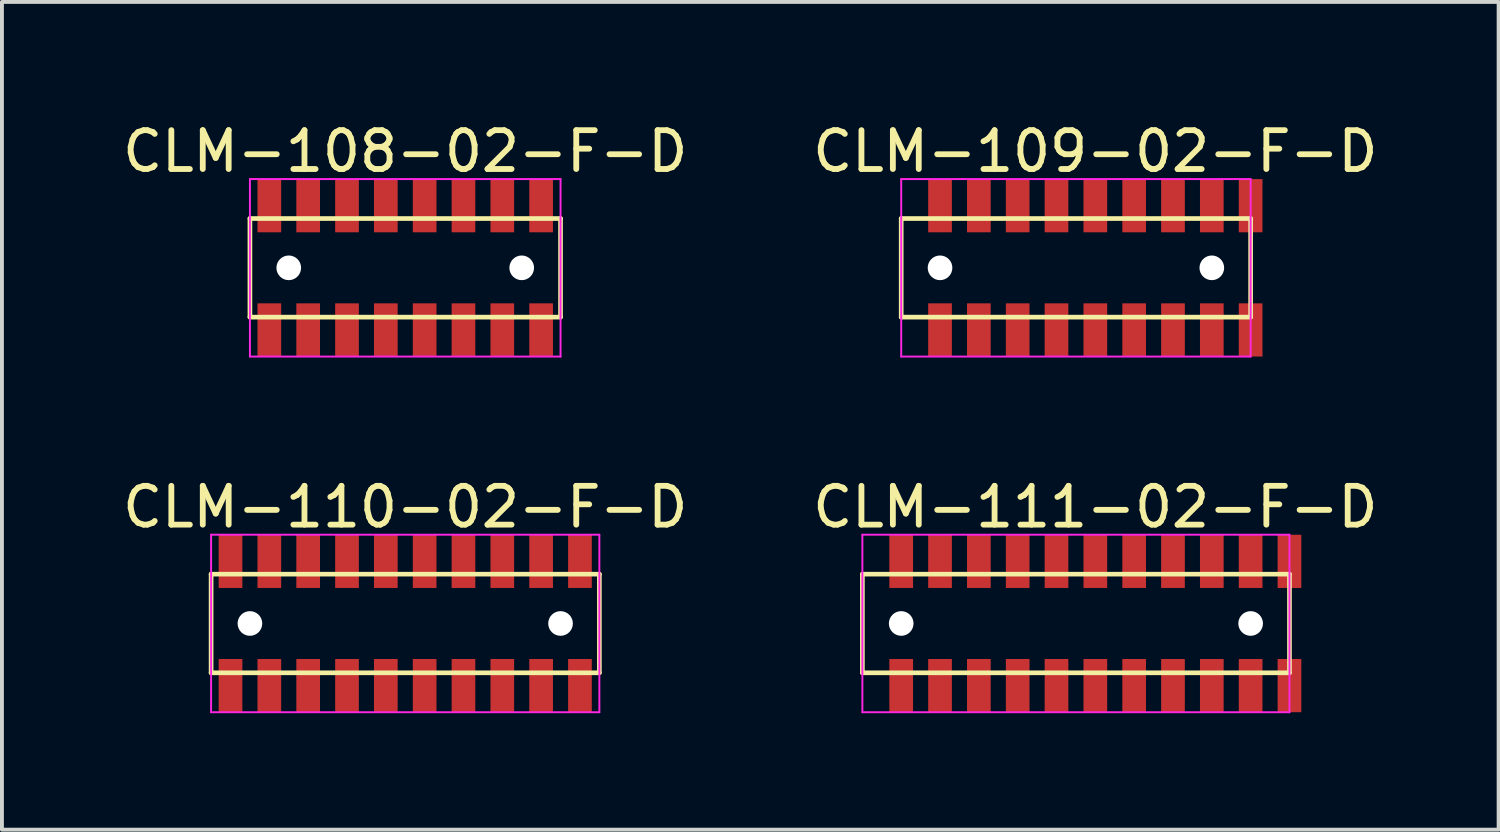
<source format=kicad_pcb>
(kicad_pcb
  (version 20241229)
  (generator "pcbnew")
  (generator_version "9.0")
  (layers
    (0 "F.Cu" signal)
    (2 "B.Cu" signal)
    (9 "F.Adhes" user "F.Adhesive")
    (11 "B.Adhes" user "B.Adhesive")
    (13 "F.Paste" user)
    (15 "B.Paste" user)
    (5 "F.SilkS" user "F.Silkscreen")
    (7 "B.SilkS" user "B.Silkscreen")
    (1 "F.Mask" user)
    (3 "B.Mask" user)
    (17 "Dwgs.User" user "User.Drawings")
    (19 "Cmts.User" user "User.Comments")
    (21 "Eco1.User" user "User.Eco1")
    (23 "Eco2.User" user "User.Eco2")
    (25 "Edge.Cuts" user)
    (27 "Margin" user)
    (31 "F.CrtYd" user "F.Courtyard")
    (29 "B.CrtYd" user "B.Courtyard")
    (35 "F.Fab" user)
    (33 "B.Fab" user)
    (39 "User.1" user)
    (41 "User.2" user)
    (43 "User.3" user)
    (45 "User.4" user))
  (footprint "CLM-111-02-F-D"
    (layer "F.Cu")
    (at 25.161 13.008)
    (property "Reference" "CLM-111-02-F-D" (at 0 -3 0) (layer "F.SilkS") (effects (font (size 1 1) (thickness 0.15))))
    (attr through_hole)
    (fp_line (start -6 -1.27) (end -6 1.27) (stroke (width 0.12) (type solid)) (layer "F.SilkS"))
    (fp_line (start -6 1.27) (end 5 1.27) (stroke (width 0.12) (type solid)) (layer "F.SilkS"))
    (fp_line (start 5 -1.27) (end -6 -1.27) (stroke (width 0.12) (type solid)) (layer "F.SilkS"))
    (fp_line (start 5 1.27) (end 5 -1.27) (stroke (width 0.12) (type solid)) (layer "F.SilkS"))
    (fp_line (start -6 -2.286) (end -6 2.286) (stroke (width 0.05) (type solid)) (layer "F.CrtYd"))
    (fp_line (start -6 2.286) (end 5 2.286) (stroke (width 0.05) (type solid)) (layer "F.CrtYd"))
    (fp_line (start 5 -2.286) (end -6 -2.286) (stroke (width 0.05) (type solid)) (layer "F.CrtYd"))
    (fp_line (start 5 2.286) (end 5 -2.286) (stroke (width 0.05) (type solid)) (layer "F.CrtYd"))
    (pad "" np_thru_hole circle (at -5 0) (size 0.635 0.635) (drill 0.635) (layers "*.Cu" "*.Mask"))
    (pad "" np_thru_hole circle (at 4 0) (size 0.635 0.635) (drill 0.635) (layers "*.Cu" "*.Mask"))
    (pad "1" smd rect (at -5 -1.6) (size 0.61 1.37) (layers "F.Cu" "F.Mask" "F.Paste"))
    (pad "2" smd rect (at -5 1.6) (size 0.61 1.37) (layers "F.Cu" "F.Mask" "F.Paste"))
    (pad "3" smd rect (at -4 -1.6) (size 0.61 1.37) (layers "F.Cu" "F.Mask" "F.Paste"))
    (pad "4" smd rect (at -4 1.6) (size 0.61 1.37) (layers "F.Cu" "F.Mask" "F.Paste"))
    (pad "5" smd rect (at -3 -1.6) (size 0.61 1.37) (layers "F.Cu" "F.Mask" "F.Paste"))
    (pad "6" smd rect (at -3 1.6) (size 0.61 1.37) (layers "F.Cu" "F.Mask" "F.Paste"))
    (pad "7" smd rect (at -2 -1.6) (size 0.61 1.37) (layers "F.Cu" "F.Mask" "F.Paste"))
    (pad "8" smd rect (at -2 1.6) (size 0.61 1.37) (layers "F.Cu" "F.Mask" "F.Paste"))
    (pad "9" smd rect (at -1 -1.6) (size 0.61 1.37) (layers "F.Cu" "F.Mask" "F.Paste"))
    (pad "10" smd rect (at -1 1.6) (size 0.61 1.37) (layers "F.Cu" "F.Mask" "F.Paste"))
    (pad "11" smd rect (at 0 -1.6) (size 0.61 1.37) (layers "F.Cu" "F.Mask" "F.Paste"))
    (pad "12" smd rect (at 0 1.6) (size 0.61 1.37) (layers "F.Cu" "F.Mask" "F.Paste"))
    (pad "13" smd rect (at 1 -1.6) (size 0.61 1.37) (layers "F.Cu" "F.Mask" "F.Paste"))
    (pad "14" smd rect (at 1 1.6) (size 0.61 1.37) (layers "F.Cu" "F.Mask" "F.Paste"))
    (pad "15" smd rect (at 2 -1.6) (size 0.61 1.37) (layers "F.Cu" "F.Mask" "F.Paste"))
    (pad "16" smd rect (at 2 1.6) (size 0.61 1.37) (layers "F.Cu" "F.Mask" "F.Paste"))
    (pad "17" smd rect (at 3 -1.6) (size 0.61 1.37) (layers "F.Cu" "F.Mask" "F.Paste"))
    (pad "18" smd rect (at 3 1.6) (size 0.61 1.37) (layers "F.Cu" "F.Mask" "F.Paste"))
    (pad "19" smd rect (at 4 -1.6) (size 0.61 1.37) (layers "F.Cu" "F.Mask" "F.Paste"))
    (pad "20" smd rect (at 4 1.6) (size 0.61 1.37) (layers "F.Cu" "F.Mask" "F.Paste"))
    (pad "21" smd rect (at 5 -1.6) (size 0.61 1.37) (layers "F.Cu" "F.Mask" "F.Paste"))
    (pad "22" smd rect (at 5 1.6) (size 0.61 1.37) (layers "F.Cu" "F.Mask" "F.Paste")))
  (footprint "CLM-108-02-F-D"
    (layer "F.Cu")
    (at 7.387 3.848)
    (property "Reference" "CLM-108-02-F-D" (at 0 -3 0) (layer "F.SilkS") (effects (font (size 1 1) (thickness 0.15))))
    (attr through_hole)
    (fp_line (start -4 -1.27) (end -4 1.27) (stroke (width 0.12) (type solid)) (layer "F.SilkS"))
    (fp_line (start -4 1.27) (end 4 1.27) (stroke (width 0.12) (type solid)) (layer "F.SilkS"))
    (fp_line (start 4 -1.27) (end -4 -1.27) (stroke (width 0.12) (type solid)) (layer "F.SilkS"))
    (fp_line (start 4 1.27) (end 4 -1.27) (stroke (width 0.12) (type solid)) (layer "F.SilkS"))
    (fp_line (start -4 -2.286) (end -4 2.286) (stroke (width 0.05) (type solid)) (layer "F.CrtYd"))
    (fp_line (start -4 2.286) (end 4 2.286) (stroke (width 0.05) (type solid)) (layer "F.CrtYd"))
    (fp_line (start 4 -2.286) (end -4 -2.286) (stroke (width 0.05) (type solid)) (layer "F.CrtYd"))
    (fp_line (start 4 2.286) (end 4 -2.286) (stroke (width 0.05) (type solid)) (layer "F.CrtYd"))
    (pad "" np_thru_hole circle (at -3 0) (size 0.635 0.635) (drill 0.635) (layers "*.Cu" "*.Mask"))
    (pad "" np_thru_hole circle (at 3 0) (size 0.635 0.635) (drill 0.635) (layers "*.Cu" "*.Mask"))
    (pad "1" smd rect (at -3.5 -1.6) (size 0.61 1.37) (layers "F.Cu" "F.Mask" "F.Paste"))
    (pad "2" smd rect (at -3.5 1.6) (size 0.61 1.37) (layers "F.Cu" "F.Mask" "F.Paste"))
    (pad "3" smd rect (at -2.5 -1.6) (size 0.61 1.37) (layers "F.Cu" "F.Mask" "F.Paste"))
    (pad "4" smd rect (at -2.5 1.6) (size 0.61 1.37) (layers "F.Cu" "F.Mask" "F.Paste"))
    (pad "5" smd rect (at -1.5 -1.6) (size 0.61 1.37) (layers "F.Cu" "F.Mask" "F.Paste"))
    (pad "6" smd rect (at -1.5 1.6) (size 0.61 1.37) (layers "F.Cu" "F.Mask" "F.Paste"))
    (pad "7" smd rect (at -0.5 -1.6) (size 0.61 1.37) (layers "F.Cu" "F.Mask" "F.Paste"))
    (pad "8" smd rect (at -0.5 1.6) (size 0.61 1.37) (layers "F.Cu" "F.Mask" "F.Paste"))
    (pad "9" smd rect (at 0.5 -1.6) (size 0.61 1.37) (layers "F.Cu" "F.Mask" "F.Paste"))
    (pad "10" smd rect (at 0.5 1.6) (size 0.61 1.37) (layers "F.Cu" "F.Mask" "F.Paste"))
    (pad "11" smd rect (at 1.5 -1.6) (size 0.61 1.37) (layers "F.Cu" "F.Mask" "F.Paste"))
    (pad "12" smd rect (at 1.5 1.6) (size 0.61 1.37) (layers "F.Cu" "F.Mask" "F.Paste"))
    (pad "13" smd rect (at 2.5 -1.6) (size 0.61 1.37) (layers "F.Cu" "F.Mask" "F.Paste"))
    (pad "14" smd rect (at 2.5 1.6) (size 0.61 1.37) (layers "F.Cu" "F.Mask" "F.Paste"))
    (pad "15" smd rect (at 3.5 -1.6) (size 0.61 1.37) (layers "F.Cu" "F.Mask" "F.Paste"))
    (pad "16" smd rect (at 3.5 1.6) (size 0.61 1.37) (layers "F.Cu" "F.Mask" "F.Paste")))
  (footprint "CLM-109-02-F-D"
    (layer "F.Cu")
    (at 25.161 3.848)
    (property "Reference" "CLM-109-02-F-D" (at 0 -3 0) (layer "F.SilkS") (effects (font (size 1 1) (thickness 0.15))))
    (attr through_hole)
    (fp_line (start -5 -1.27) (end -5 1.27) (stroke (width 0.12) (type solid)) (layer "F.SilkS"))
    (fp_line (start -5 1.27) (end 4 1.27) (stroke (width 0.12) (type solid)) (layer "F.SilkS"))
    (fp_line (start 4 -1.27) (end -5 -1.27) (stroke (width 0.12) (type solid)) (layer "F.SilkS"))
    (fp_line (start 4 1.27) (end 4 -1.27) (stroke (width 0.12) (type solid)) (layer "F.SilkS"))
    (fp_line (start -5 -2.286) (end -5 2.286) (stroke (width 0.05) (type solid)) (layer "F.CrtYd"))
    (fp_line (start -5 2.286) (end 4 2.286) (stroke (width 0.05) (type solid)) (layer "F.CrtYd"))
    (fp_line (start 4 -2.286) (end -5 -2.286) (stroke (width 0.05) (type solid)) (layer "F.CrtYd"))
    (fp_line (start 4 2.286) (end 4 -2.286) (stroke (width 0.05) (type solid)) (layer "F.CrtYd"))
    (pad "" np_thru_hole circle (at -4 0) (size 0.635 0.635) (drill 0.635) (layers "*.Cu" "*.Mask"))
    (pad "" np_thru_hole circle (at 3 0) (size 0.635 0.635) (drill 0.635) (layers "*.Cu" "*.Mask"))
    (pad "1" smd rect (at -4 -1.6) (size 0.61 1.37) (layers "F.Cu" "F.Mask" "F.Paste"))
    (pad "2" smd rect (at -4 1.6) (size 0.61 1.37) (layers "F.Cu" "F.Mask" "F.Paste"))
    (pad "3" smd rect (at -3 -1.6) (size 0.61 1.37) (layers "F.Cu" "F.Mask" "F.Paste"))
    (pad "4" smd rect (at -3 1.6) (size 0.61 1.37) (layers "F.Cu" "F.Mask" "F.Paste"))
    (pad "5" smd rect (at -2 -1.6) (size 0.61 1.37) (layers "F.Cu" "F.Mask" "F.Paste"))
    (pad "6" smd rect (at -2 1.6) (size 0.61 1.37) (layers "F.Cu" "F.Mask" "F.Paste"))
    (pad "7" smd rect (at -1 -1.6) (size 0.61 1.37) (layers "F.Cu" "F.Mask" "F.Paste"))
    (pad "8" smd rect (at -1 1.6) (size 0.61 1.37) (layers "F.Cu" "F.Mask" "F.Paste"))
    (pad "9" smd rect (at 0 -1.6) (size 0.61 1.37) (layers "F.Cu" "F.Mask" "F.Paste"))
    (pad "10" smd rect (at 0 1.6) (size 0.61 1.37) (layers "F.Cu" "F.Mask" "F.Paste"))
    (pad "11" smd rect (at 1 -1.6) (size 0.61 1.37) (layers "F.Cu" "F.Mask" "F.Paste"))
    (pad "12" smd rect (at 1 1.6) (size 0.61 1.37) (layers "F.Cu" "F.Mask" "F.Paste"))
    (pad "13" smd rect (at 2 -1.6) (size 0.61 1.37) (layers "F.Cu" "F.Mask" "F.Paste"))
    (pad "14" smd rect (at 2 1.6) (size 0.61 1.37) (layers "F.Cu" "F.Mask" "F.Paste"))
    (pad "15" smd rect (at 3 -1.6) (size 0.61 1.37) (layers "F.Cu" "F.Mask" "F.Paste"))
    (pad "16" smd rect (at 3 1.6) (size 0.61 1.37) (layers "F.Cu" "F.Mask" "F.Paste"))
    (pad "17" smd rect (at 4 -1.6) (size 0.61 1.37) (layers "F.Cu" "F.Mask" "F.Paste"))
    (pad "18" smd rect (at 4 1.6) (size 0.61 1.37) (layers "F.Cu" "F.Mask" "F.Paste")))
  (footprint "CLM-110-02-F-D"
    (layer "F.Cu")
    (at 7.387 13.008)
    (property "Reference" "CLM-110-02-F-D" (at 0 -3 0) (layer "F.SilkS") (effects (font (size 1 1) (thickness 0.15))))
    (attr through_hole)
    (fp_line (start -5 -1.27) (end -5 1.27) (stroke (width 0.12) (type solid)) (layer "F.SilkS"))
    (fp_line (start -5 1.27) (end 5 1.27) (stroke (width 0.12) (type solid)) (layer "F.SilkS"))
    (fp_line (start 5 -1.27) (end -5 -1.27) (stroke (width 0.12) (type solid)) (layer "F.SilkS"))
    (fp_line (start 5 1.27) (end 5 -1.27) (stroke (width 0.12) (type solid)) (layer "F.SilkS"))
    (fp_line (start -5 -2.286) (end -5 2.286) (stroke (width 0.05) (type solid)) (layer "F.CrtYd"))
    (fp_line (start -5 2.286) (end 5 2.286) (stroke (width 0.05) (type solid)) (layer "F.CrtYd"))
    (fp_line (start 5 -2.286) (end -5 -2.286) (stroke (width 0.05) (type solid)) (layer "F.CrtYd"))
    (fp_line (start 5 2.286) (end 5 -2.286) (stroke (width 0.05) (type solid)) (layer "F.CrtYd"))
    (pad "" np_thru_hole circle (at -4 0) (size 0.635 0.635) (drill 0.635) (layers "*.Cu" "*.Mask"))
    (pad "" np_thru_hole circle (at 4 0) (size 0.635 0.635) (drill 0.635) (layers "*.Cu" "*.Mask"))
    (pad "1" smd rect (at -4.5 -1.6) (size 0.61 1.37) (layers "F.Cu" "F.Mask" "F.Paste"))
    (pad "2" smd rect (at -4.5 1.6) (size 0.61 1.37) (layers "F.Cu" "F.Mask" "F.Paste"))
    (pad "3" smd rect (at -3.5 -1.6) (size 0.61 1.37) (layers "F.Cu" "F.Mask" "F.Paste"))
    (pad "4" smd rect (at -3.5 1.6) (size 0.61 1.37) (layers "F.Cu" "F.Mask" "F.Paste"))
    (pad "5" smd rect (at -2.5 -1.6) (size 0.61 1.37) (layers "F.Cu" "F.Mask" "F.Paste"))
    (pad "6" smd rect (at -2.5 1.6) (size 0.61 1.37) (layers "F.Cu" "F.Mask" "F.Paste"))
    (pad "7" smd rect (at -1.5 -1.6) (size 0.61 1.37) (layers "F.Cu" "F.Mask" "F.Paste"))
    (pad "8" smd rect (at -1.5 1.6) (size 0.61 1.37) (layers "F.Cu" "F.Mask" "F.Paste"))
    (pad "9" smd rect (at -0.5 -1.6) (size 0.61 1.37) (layers "F.Cu" "F.Mask" "F.Paste"))
    (pad "10" smd rect (at -0.5 1.6) (size 0.61 1.37) (layers "F.Cu" "F.Mask" "F.Paste"))
    (pad "11" smd rect (at 0.5 -1.6) (size 0.61 1.37) (layers "F.Cu" "F.Mask" "F.Paste"))
    (pad "12" smd rect (at 0.5 1.6) (size 0.61 1.37) (layers "F.Cu" "F.Mask" "F.Paste"))
    (pad "13" smd rect (at 1.5 -1.6) (size 0.61 1.37) (layers "F.Cu" "F.Mask" "F.Paste"))
    (pad "14" smd rect (at 1.5 1.6) (size 0.61 1.37) (layers "F.Cu" "F.Mask" "F.Paste"))
    (pad "15" smd rect (at 2.5 -1.6) (size 0.61 1.37) (layers "F.Cu" "F.Mask" "F.Paste"))
    (pad "16" smd rect (at 2.5 1.6) (size 0.61 1.37) (layers "F.Cu" "F.Mask" "F.Paste"))
    (pad "17" smd rect (at 3.5 -1.6) (size 0.61 1.37) (layers "F.Cu" "F.Mask" "F.Paste"))
    (pad "18" smd rect (at 3.5 1.6) (size 0.61 1.37) (layers "F.Cu" "F.Mask" "F.Paste"))
    (pad "19" smd rect (at 4.5 -1.6) (size 0.61 1.37) (layers "F.Cu" "F.Mask" "F.Paste"))
    (pad "20" smd rect (at 4.5 1.6) (size 0.61 1.37) (layers "F.Cu" "F.Mask" "F.Paste")))
  (gr_rect
    (start -3 -3)
    (end 35.548 18.319)
    (stroke (width 0.1) (type default))
    (fill no)
    (layer "Edge.Cuts")))
</source>
